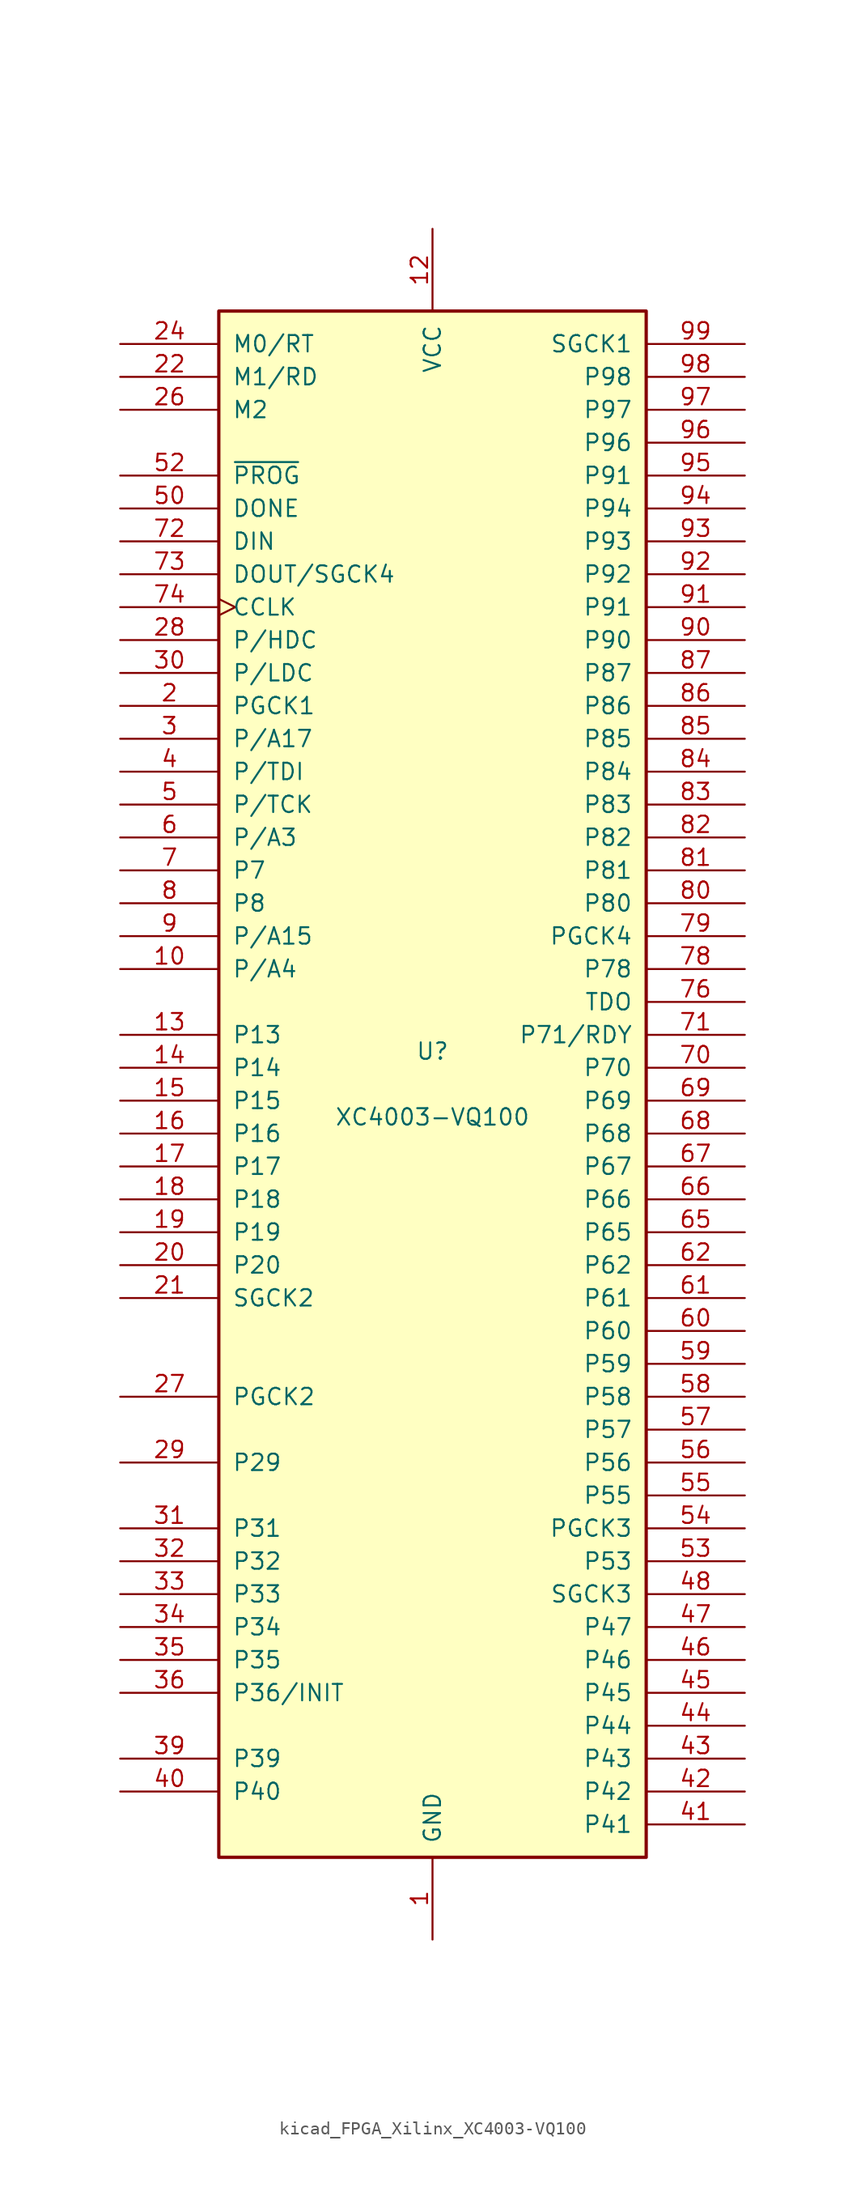
<source format=kicad_sym>
(kicad_symbol_lib
  (version 20220914)
  (generator kicad_symbol_editor)
  (symbol "kicad_FPGA_Xilinx_XC4003-VQ100"
    (pin_names
      (offset 1.016))
    (property "Reference" "U"
      (at 0 2.54 0)
      (effects (font (size 1.27 1.27))))
    (property "Value" "XC4003-VQ100"
      (at 0 -2.54 0)
      (effects (font (size 1.27 1.27))))
    (symbol "kicad_FPGA_Xilinx_XC4003-VQ100_0_1"
      (rectangle (start -16.51 -59.69) (end 16.51 59.69) (stroke (width 0.254) (type default)) (fill (type background))))
    (symbol "kicad_FPGA_Xilinx_XC4003-VQ100_1_1"
      (pin power_in line (at 0 -66.04 90) (length 6.35) (name "GND" (effects (font (size 1.27 1.27)))) (number "1" (effects (font (size 1.27 1.27)))))
      (pin passive line (at -24.13 8.89 0) (length 7.62) (name "P/A4" (effects (font (size 1.27 1.27)))) (number "10" (effects (font (size 1.27 1.27)))))
      (pin passive line (at 0 66.04 270) (length 6.35) hide (name "VCC" (effects (font (size 1.27 1.27)))) (number "100" (effects (font (size 1.27 1.27)))))
      (pin passive line (at 0 -66.04 90) (length 6.35) hide (name "GND" (effects (font (size 1.27 1.27)))) (number "11" (effects (font (size 1.27 1.27)))))
      (pin power_in line (at 0 66.04 270) (length 6.35) (name "VCC" (effects (font (size 1.27 1.27)))) (number "12" (effects (font (size 1.27 1.27)))))
      (pin bidirectional line (at -24.13 3.81 0) (length 7.62) (name "P13" (effects (font (size 1.27 1.27)))) (number "13" (effects (font (size 1.27 1.27)))))
      (pin passive line (at -24.13 1.27 0) (length 7.62) (name "P14" (effects (font (size 1.27 1.27)))) (number "14" (effects (font (size 1.27 1.27)))))
      (pin passive line (at -24.13 -1.27 0) (length 7.62) (name "P15" (effects (font (size 1.27 1.27)))) (number "15" (effects (font (size 1.27 1.27)))))
      (pin passive line (at -24.13 -3.81 0) (length 7.62) (name "P16" (effects (font (size 1.27 1.27)))) (number "16" (effects (font (size 1.27 1.27)))))
      (pin passive line (at -24.13 -6.35 0) (length 7.62) (name "P17" (effects (font (size 1.27 1.27)))) (number "17" (effects (font (size 1.27 1.27)))))
      (pin passive line (at -24.13 -8.89 0) (length 7.62) (name "P18" (effects (font (size 1.27 1.27)))) (number "18" (effects (font (size 1.27 1.27)))))
      (pin passive line (at -24.13 -11.43 0) (length 7.62) (name "P19" (effects (font (size 1.27 1.27)))) (number "19" (effects (font (size 1.27 1.27)))))
      (pin passive line (at -24.13 29.21 0) (length 7.62) (name "PGCK1" (effects (font (size 1.27 1.27)))) (number "2" (effects (font (size 1.27 1.27)))))
      (pin passive line (at -24.13 -13.97 0) (length 7.62) (name "P20" (effects (font (size 1.27 1.27)))) (number "20" (effects (font (size 1.27 1.27)))))
      (pin passive line (at -24.13 -16.51 0) (length 7.62) (name "SGCK2" (effects (font (size 1.27 1.27)))) (number "21" (effects (font (size 1.27 1.27)))))
      (pin input line (at -24.13 54.61 0) (length 7.62) (name "M1/RD" (effects (font (size 1.27 1.27)))) (number "22" (effects (font (size 1.27 1.27)))))
      (pin passive line (at 0 -66.04 90) (length 6.35) hide (name "GND" (effects (font (size 1.27 1.27)))) (number "23" (effects (font (size 1.27 1.27)))))
      (pin input line (at -24.13 57.15 0) (length 7.62) (name "M0/RT" (effects (font (size 1.27 1.27)))) (number "24" (effects (font (size 1.27 1.27)))))
      (pin passive line (at 0 66.04 270) (length 6.35) hide (name "VCC" (effects (font (size 1.27 1.27)))) (number "25" (effects (font (size 1.27 1.27)))))
      (pin passive line (at -24.13 52.07 0) (length 7.62) (name "M2" (effects (font (size 1.27 1.27)))) (number "26" (effects (font (size 1.27 1.27)))))
      (pin passive line (at -24.13 -24.13 0) (length 7.62) (name "PGCK2" (effects (font (size 1.27 1.27)))) (number "27" (effects (font (size 1.27 1.27)))))
      (pin passive line (at -24.13 34.29 0) (length 7.62) (name "P/HDC" (effects (font (size 1.27 1.27)))) (number "28" (effects (font (size 1.27 1.27)))))
      (pin passive line (at -24.13 -29.21 0) (length 7.62) (name "P29" (effects (font (size 1.27 1.27)))) (number "29" (effects (font (size 1.27 1.27)))))
      (pin passive line (at -24.13 26.67 0) (length 7.62) (name "P/A17" (effects (font (size 1.27 1.27)))) (number "3" (effects (font (size 1.27 1.27)))))
      (pin passive line (at -24.13 31.75 0) (length 7.62) (name "P/LDC" (effects (font (size 1.27 1.27)))) (number "30" (effects (font (size 1.27 1.27)))))
      (pin passive line (at -24.13 -34.29 0) (length 7.62) (name "P31" (effects (font (size 1.27 1.27)))) (number "31" (effects (font (size 1.27 1.27)))))
      (pin passive line (at -24.13 -36.83 0) (length 7.62) (name "P32" (effects (font (size 1.27 1.27)))) (number "32" (effects (font (size 1.27 1.27)))))
      (pin passive line (at -24.13 -39.37 0) (length 7.62) (name "P33" (effects (font (size 1.27 1.27)))) (number "33" (effects (font (size 1.27 1.27)))))
      (pin passive line (at -24.13 -41.91 0) (length 7.62) (name "P34" (effects (font (size 1.27 1.27)))) (number "34" (effects (font (size 1.27 1.27)))))
      (pin passive line (at -24.13 -44.45 0) (length 7.62) (name "P35" (effects (font (size 1.27 1.27)))) (number "35" (effects (font (size 1.27 1.27)))))
      (pin passive line (at -24.13 -46.99 0) (length 7.62) (name "P36/INIT" (effects (font (size 1.27 1.27)))) (number "36" (effects (font (size 1.27 1.27)))))
      (pin passive line (at 0 66.04 270) (length 6.35) hide (name "VCC" (effects (font (size 1.27 1.27)))) (number "37" (effects (font (size 1.27 1.27)))))
      (pin passive line (at 0 -66.04 90) (length 6.35) hide (name "GND" (effects (font (size 1.27 1.27)))) (number "38" (effects (font (size 1.27 1.27)))))
      (pin passive line (at -24.13 -52.07 0) (length 7.62) (name "P39" (effects (font (size 1.27 1.27)))) (number "39" (effects (font (size 1.27 1.27)))))
      (pin passive line (at -24.13 24.13 0) (length 7.62) (name "P/TDI" (effects (font (size 1.27 1.27)))) (number "4" (effects (font (size 1.27 1.27)))))
      (pin passive line (at -24.13 -54.61 0) (length 7.62) (name "P40" (effects (font (size 1.27 1.27)))) (number "40" (effects (font (size 1.27 1.27)))))
      (pin passive line (at 24.13 -57.15 180) (length 7.62) (name "P41" (effects (font (size 1.27 1.27)))) (number "41" (effects (font (size 1.27 1.27)))))
      (pin passive line (at 24.13 -54.61 180) (length 7.62) (name "P42" (effects (font (size 1.27 1.27)))) (number "42" (effects (font (size 1.27 1.27)))))
      (pin passive line (at 24.13 -52.07 180) (length 7.62) (name "P43" (effects (font (size 1.27 1.27)))) (number "43" (effects (font (size 1.27 1.27)))))
      (pin passive line (at 24.13 -49.53 180) (length 7.62) (name "P44" (effects (font (size 1.27 1.27)))) (number "44" (effects (font (size 1.27 1.27)))))
      (pin passive line (at 24.13 -46.99 180) (length 7.62) (name "P45" (effects (font (size 1.27 1.27)))) (number "45" (effects (font (size 1.27 1.27)))))
      (pin passive line (at 24.13 -44.45 180) (length 7.62) (name "P46" (effects (font (size 1.27 1.27)))) (number "46" (effects (font (size 1.27 1.27)))))
      (pin passive line (at 24.13 -41.91 180) (length 7.62) (name "P47" (effects (font (size 1.27 1.27)))) (number "47" (effects (font (size 1.27 1.27)))))
      (pin passive line (at 24.13 -39.37 180) (length 7.62) (name "SGCK3" (effects (font (size 1.27 1.27)))) (number "48" (effects (font (size 1.27 1.27)))))
      (pin passive line (at 0 -66.04 90) (length 6.35) hide (name "GND" (effects (font (size 1.27 1.27)))) (number "49" (effects (font (size 1.27 1.27)))))
      (pin passive line (at -24.13 21.59 0) (length 7.62) (name "P/TCK" (effects (font (size 1.27 1.27)))) (number "5" (effects (font (size 1.27 1.27)))))
      (pin open_collector line (at -24.13 44.45 0) (length 7.62) (name "DONE" (effects (font (size 1.27 1.27)))) (number "50" (effects (font (size 1.27 1.27)))))
      (pin passive line (at 0 66.04 270) (length 6.35) hide (name "VCC" (effects (font (size 1.27 1.27)))) (number "51" (effects (font (size 1.27 1.27)))))
      (pin input line (at -24.13 46.99 0) (length 7.62) (name "~{PROG}" (effects (font (size 1.27 1.27)))) (number "52" (effects (font (size 1.27 1.27)))))
      (pin bidirectional line (at 24.13 -36.83 180) (length 7.62) (name "P53" (effects (font (size 1.27 1.27)))) (number "53" (effects (font (size 1.27 1.27)))))
      (pin bidirectional line (at 24.13 -34.29 180) (length 7.62) (name "PGCK3" (effects (font (size 1.27 1.27)))) (number "54" (effects (font (size 1.27 1.27)))))
      (pin passive line (at 24.13 -31.75 180) (length 7.62) (name "P55" (effects (font (size 1.27 1.27)))) (number "55" (effects (font (size 1.27 1.27)))))
      (pin bidirectional line (at 24.13 -29.21 180) (length 7.62) (name "P56" (effects (font (size 1.27 1.27)))) (number "56" (effects (font (size 1.27 1.27)))))
      (pin passive line (at 24.13 -26.67 180) (length 7.62) (name "P57" (effects (font (size 1.27 1.27)))) (number "57" (effects (font (size 1.27 1.27)))))
      (pin passive line (at 24.13 -24.13 180) (length 7.62) (name "P58" (effects (font (size 1.27 1.27)))) (number "58" (effects (font (size 1.27 1.27)))))
      (pin passive line (at 24.13 -21.59 180) (length 7.62) (name "P59" (effects (font (size 1.27 1.27)))) (number "59" (effects (font (size 1.27 1.27)))))
      (pin passive line (at -24.13 19.05 0) (length 7.62) (name "P/A3" (effects (font (size 1.27 1.27)))) (number "6" (effects (font (size 1.27 1.27)))))
      (pin passive line (at 24.13 -19.05 180) (length 7.62) (name "P60" (effects (font (size 1.27 1.27)))) (number "60" (effects (font (size 1.27 1.27)))))
      (pin passive line (at 24.13 -16.51 180) (length 7.62) (name "P61" (effects (font (size 1.27 1.27)))) (number "61" (effects (font (size 1.27 1.27)))))
      (pin passive line (at 24.13 -13.97 180) (length 7.62) (name "P62" (effects (font (size 1.27 1.27)))) (number "62" (effects (font (size 1.27 1.27)))))
      (pin passive line (at 0 66.04 270) (length 6.35) hide (name "VCC" (effects (font (size 1.27 1.27)))) (number "63" (effects (font (size 1.27 1.27)))))
      (pin passive line (at 0 -66.04 90) (length 6.35) hide (name "GND" (effects (font (size 1.27 1.27)))) (number "64" (effects (font (size 1.27 1.27)))))
      (pin passive line (at 24.13 -11.43 180) (length 7.62) (name "P65" (effects (font (size 1.27 1.27)))) (number "65" (effects (font (size 1.27 1.27)))))
      (pin passive line (at 24.13 -8.89 180) (length 7.62) (name "P66" (effects (font (size 1.27 1.27)))) (number "66" (effects (font (size 1.27 1.27)))))
      (pin passive line (at 24.13 -6.35 180) (length 7.62) (name "P67" (effects (font (size 1.27 1.27)))) (number "67" (effects (font (size 1.27 1.27)))))
      (pin passive line (at 24.13 -3.81 180) (length 7.62) (name "P68" (effects (font (size 1.27 1.27)))) (number "68" (effects (font (size 1.27 1.27)))))
      (pin passive line (at 24.13 -1.27 180) (length 7.62) (name "P69" (effects (font (size 1.27 1.27)))) (number "69" (effects (font (size 1.27 1.27)))))
      (pin passive line (at -24.13 16.51 0) (length 7.62) (name "P7" (effects (font (size 1.27 1.27)))) (number "7" (effects (font (size 1.27 1.27)))))
      (pin passive line (at 24.13 1.27 180) (length 7.62) (name "P70" (effects (font (size 1.27 1.27)))) (number "70" (effects (font (size 1.27 1.27)))))
      (pin passive line (at 24.13 3.81 180) (length 7.62) (name "P71/RDY" (effects (font (size 1.27 1.27)))) (number "71" (effects (font (size 1.27 1.27)))))
      (pin passive line (at -24.13 41.91 0) (length 7.62) (name "DIN" (effects (font (size 1.27 1.27)))) (number "72" (effects (font (size 1.27 1.27)))))
      (pin passive line (at -24.13 39.37 0) (length 7.62) (name "DOUT/SGCK4" (effects (font (size 1.27 1.27)))) (number "73" (effects (font (size 1.27 1.27)))))
      (pin input clock (at -24.13 36.83 0) (length 7.62) (name "CCLK" (effects (font (size 1.27 1.27)))) (number "74" (effects (font (size 1.27 1.27)))))
      (pin passive line (at 0 66.04 270) (length 6.35) hide (name "VCC" (effects (font (size 1.27 1.27)))) (number "75" (effects (font (size 1.27 1.27)))))
      (pin output line (at 24.13 6.35 180) (length 7.62) (name "TDO" (effects (font (size 1.27 1.27)))) (number "76" (effects (font (size 1.27 1.27)))))
      (pin passive line (at 0 -66.04 90) (length 6.35) hide (name "GND" (effects (font (size 1.27 1.27)))) (number "77" (effects (font (size 1.27 1.27)))))
      (pin passive line (at 24.13 8.89 180) (length 7.62) (name "P78" (effects (font (size 1.27 1.27)))) (number "78" (effects (font (size 1.27 1.27)))))
      (pin passive line (at 24.13 11.43 180) (length 7.62) (name "PGCK4" (effects (font (size 1.27 1.27)))) (number "79" (effects (font (size 1.27 1.27)))))
      (pin passive line (at -24.13 13.97 0) (length 7.62) (name "P8" (effects (font (size 1.27 1.27)))) (number "8" (effects (font (size 1.27 1.27)))))
      (pin passive line (at 24.13 13.97 180) (length 7.62) (name "P80" (effects (font (size 1.27 1.27)))) (number "80" (effects (font (size 1.27 1.27)))))
      (pin passive line (at 24.13 16.51 180) (length 7.62) (name "P81" (effects (font (size 1.27 1.27)))) (number "81" (effects (font (size 1.27 1.27)))))
      (pin passive line (at 24.13 19.05 180) (length 7.62) (name "P82" (effects (font (size 1.27 1.27)))) (number "82" (effects (font (size 1.27 1.27)))))
      (pin passive line (at 24.13 21.59 180) (length 7.62) (name "P83" (effects (font (size 1.27 1.27)))) (number "83" (effects (font (size 1.27 1.27)))))
      (pin passive line (at 24.13 24.13 180) (length 7.62) (name "P84" (effects (font (size 1.27 1.27)))) (number "84" (effects (font (size 1.27 1.27)))))
      (pin passive line (at 24.13 26.67 180) (length 7.62) (name "P85" (effects (font (size 1.27 1.27)))) (number "85" (effects (font (size 1.27 1.27)))))
      (pin passive line (at 24.13 29.21 180) (length 7.62) (name "P86" (effects (font (size 1.27 1.27)))) (number "86" (effects (font (size 1.27 1.27)))))
      (pin passive line (at 24.13 31.75 180) (length 7.62) (name "P87" (effects (font (size 1.27 1.27)))) (number "87" (effects (font (size 1.27 1.27)))))
      (pin passive line (at 0 -66.04 90) (length 6.35) hide (name "GND" (effects (font (size 1.27 1.27)))) (number "88" (effects (font (size 1.27 1.27)))))
      (pin passive line (at 0 66.04 270) (length 6.35) hide (name "VCC" (effects (font (size 1.27 1.27)))) (number "89" (effects (font (size 1.27 1.27)))))
      (pin passive line (at -24.13 11.43 0) (length 7.62) (name "P/A15" (effects (font (size 1.27 1.27)))) (number "9" (effects (font (size 1.27 1.27)))))
      (pin bidirectional line (at 24.13 34.29 180) (length 7.62) (name "P90" (effects (font (size 1.27 1.27)))) (number "90" (effects (font (size 1.27 1.27)))))
      (pin passive line (at 24.13 36.83 180) (length 7.62) (name "P91" (effects (font (size 1.27 1.27)))) (number "91" (effects (font (size 1.27 1.27)))))
      (pin passive line (at 24.13 39.37 180) (length 7.62) (name "P92" (effects (font (size 1.27 1.27)))) (number "92" (effects (font (size 1.27 1.27)))))
      (pin passive line (at 24.13 41.91 180) (length 7.62) (name "P93" (effects (font (size 1.27 1.27)))) (number "93" (effects (font (size 1.27 1.27)))))
      (pin passive line (at 24.13 44.45 180) (length 7.62) (name "P94" (effects (font (size 1.27 1.27)))) (number "94" (effects (font (size 1.27 1.27)))))
      (pin passive line (at 24.13 46.99 180) (length 7.62) (name "P91" (effects (font (size 1.27 1.27)))) (number "95" (effects (font (size 1.27 1.27)))))
      (pin passive line (at 24.13 49.53 180) (length 7.62) (name "P96" (effects (font (size 1.27 1.27)))) (number "96" (effects (font (size 1.27 1.27)))))
      (pin passive line (at 24.13 52.07 180) (length 7.62) (name "P97" (effects (font (size 1.27 1.27)))) (number "97" (effects (font (size 1.27 1.27)))))
      (pin bidirectional line (at 24.13 54.61 180) (length 7.62) (name "P98" (effects (font (size 1.27 1.27)))) (number "98" (effects (font (size 1.27 1.27)))))
      (pin bidirectional line (at 24.13 57.15 180) (length 7.62) (name "SGCK1" (effects (font (size 1.27 1.27)))) (number "99" (effects (font (size 1.27 1.27))))))))
</source>
